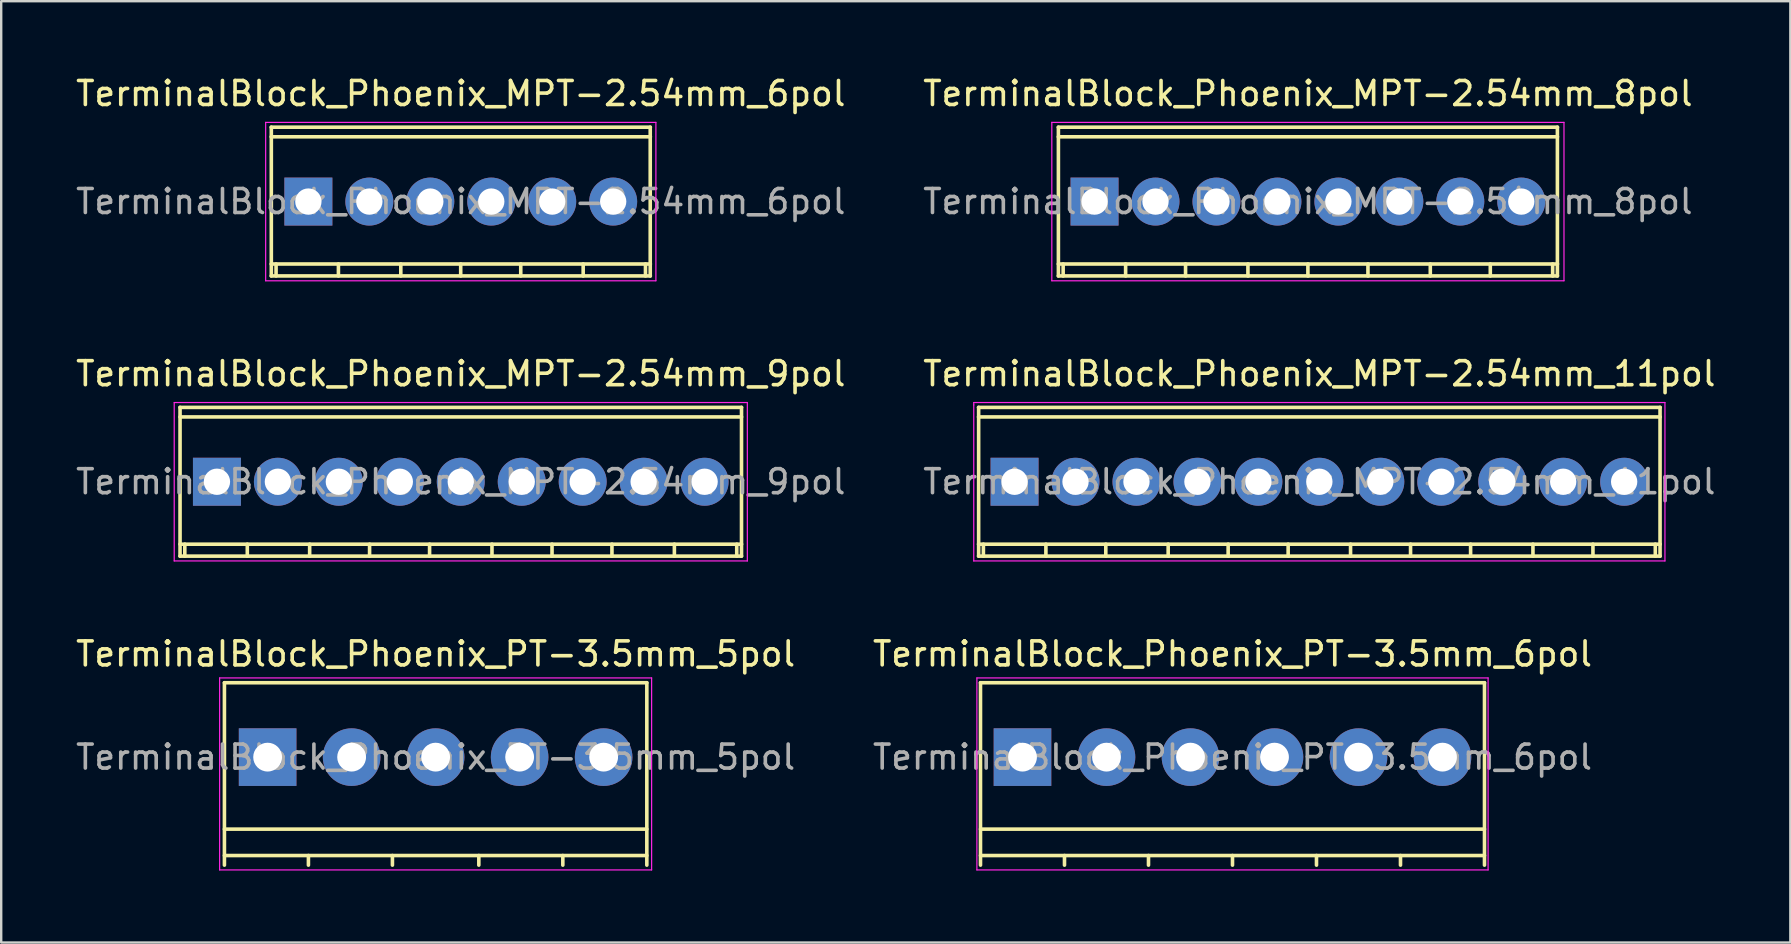
<source format=kicad_pcb>
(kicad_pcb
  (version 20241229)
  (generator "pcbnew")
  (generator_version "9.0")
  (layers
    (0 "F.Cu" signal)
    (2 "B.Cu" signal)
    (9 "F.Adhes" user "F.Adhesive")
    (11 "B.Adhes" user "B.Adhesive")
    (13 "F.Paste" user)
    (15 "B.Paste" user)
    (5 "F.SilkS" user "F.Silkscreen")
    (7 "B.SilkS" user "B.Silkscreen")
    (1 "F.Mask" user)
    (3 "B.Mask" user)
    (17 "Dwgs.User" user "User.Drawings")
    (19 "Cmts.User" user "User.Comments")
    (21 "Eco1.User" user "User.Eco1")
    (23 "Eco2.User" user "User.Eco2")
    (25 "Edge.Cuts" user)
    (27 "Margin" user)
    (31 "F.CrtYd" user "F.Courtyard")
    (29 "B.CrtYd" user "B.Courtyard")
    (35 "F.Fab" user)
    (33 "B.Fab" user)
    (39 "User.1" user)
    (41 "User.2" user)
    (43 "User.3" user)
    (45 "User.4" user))
  (footprint "TerminalBlock_Phoenix_PT-3.5mm_6pol"
    (layer "F.Cu")
    (at 39.554 28.497)
    (property "Reference" "TerminalBlock_Phoenix_PT-3.5mm_6pol" (at 8.75 -4.3 0) (layer "F.SilkS") (effects (font (size 1 1) (thickness 0.15))))
    (attr through_hole)
    (fp_line (start -1.75 -3.1) (end -1.75 4.5) (stroke (width 0.15) (type solid)) (layer "F.SilkS"))
    (fp_line (start -1.75 3) (end 19.25 3) (stroke (width 0.15) (type solid)) (layer "F.SilkS"))
    (fp_line (start -1.75 4.1) (end 19.25 4.1) (stroke (width 0.15) (type solid)) (layer "F.SilkS"))
    (fp_line (start 1.75 4.1) (end 1.75 4.5) (stroke (width 0.15) (type solid)) (layer "F.SilkS"))
    (fp_line (start 5.25 4.1) (end 5.25 4.5) (stroke (width 0.15) (type solid)) (layer "F.SilkS"))
    (fp_line (start 8.75 4.1) (end 8.75 4.5) (stroke (width 0.15) (type solid)) (layer "F.SilkS"))
    (fp_line (start 12.25 4.1) (end 12.25 4.5) (stroke (width 0.15) (type solid)) (layer "F.SilkS"))
    (fp_line (start 15.75 4.1) (end 15.75 4.5) (stroke (width 0.15) (type solid)) (layer "F.SilkS"))
    (fp_line (start 19.25 -3.1) (end -1.75 -3.1) (stroke (width 0.15) (type solid)) (layer "F.SilkS"))
    (fp_line (start 19.25 4.5) (end 19.25 -3.1) (stroke (width 0.15) (type solid)) (layer "F.SilkS"))
    (fp_line (start -1.9 -3.3) (end 19.4 -3.3) (stroke (width 0.05) (type solid)) (layer "F.CrtYd"))
    (fp_line (start -1.9 4.7) (end -1.9 -3.3) (stroke (width 0.05) (type solid)) (layer "F.CrtYd"))
    (fp_line (start 19.4 -3.3) (end 19.4 4.7) (stroke (width 0.05) (type solid)) (layer "F.CrtYd"))
    (fp_line (start 19.4 4.7) (end -1.9 4.7) (stroke (width 0.05) (type solid)) (layer "F.CrtYd"))
    (fp_text user "${REFERENCE}" (at 8.75 0 0) (layer "F.Fab") (effects (font (size 1 1) (thickness 0.15))))
    (pad "1" thru_hole rect (at 0 0) (size 2.4 2.4) (drill 1.2) (layers "*.Cu" "*.Mask"))
    (pad "2" thru_hole circle (at 3.5 0) (size 2.4 2.4) (drill 1.2) (layers "*.Cu" "*.Mask"))
    (pad "3" thru_hole circle (at 7 0) (size 2.4 2.4) (drill 1.2) (layers "*.Cu" "*.Mask"))
    (pad "4" thru_hole circle (at 10.5 0) (size 2.4 2.4) (drill 1.2) (layers "*.Cu" "*.Mask"))
    (pad "5" thru_hole circle (at 14 0) (size 2.4 2.4) (drill 1.2) (layers "*.Cu" "*.Mask"))
    (pad "6" thru_hole circle (at 17.5 0) (size 2.4 2.4) (drill 1.2) (layers "*.Cu" "*.Mask")))
  (footprint "TerminalBlock_Phoenix_PT-3.5mm_5pol"
    (layer "F.Cu")
    (at 8.101 28.497)
    (property "Reference" "TerminalBlock_Phoenix_PT-3.5mm_5pol" (at 7 -4.3 0) (layer "F.SilkS") (effects (font (size 1 1) (thickness 0.15))))
    (attr through_hole)
    (fp_line (start -1.8 -3.1) (end -1.8 4.5) (stroke (width 0.15) (type solid)) (layer "F.SilkS"))
    (fp_line (start -1.8 3) (end 15.8 3) (stroke (width 0.15) (type solid)) (layer "F.SilkS"))
    (fp_line (start -1.8 4.1) (end 15.8 4.1) (stroke (width 0.15) (type solid)) (layer "F.SilkS"))
    (fp_line (start 1.7 4.1) (end 1.7 4.5) (stroke (width 0.15) (type solid)) (layer "F.SilkS"))
    (fp_line (start 5.2 4.1) (end 5.2 4.5) (stroke (width 0.15) (type solid)) (layer "F.SilkS"))
    (fp_line (start 8.8 4.1) (end 8.8 4.5) (stroke (width 0.15) (type solid)) (layer "F.SilkS"))
    (fp_line (start 12.3 4.1) (end 12.3 4.5) (stroke (width 0.15) (type solid)) (layer "F.SilkS"))
    (fp_line (start 15.8 -3.1) (end -1.8 -3.1) (stroke (width 0.15) (type solid)) (layer "F.SilkS"))
    (fp_line (start 15.8 4.5) (end 15.8 -3.1) (stroke (width 0.15) (type solid)) (layer "F.SilkS"))
    (fp_line (start -2 -3.3) (end 16 -3.3) (stroke (width 0.05) (type solid)) (layer "F.CrtYd"))
    (fp_line (start -2 4.7) (end -2 -3.3) (stroke (width 0.05) (type solid)) (layer "F.CrtYd"))
    (fp_line (start 16 -3.3) (end 16 4.7) (stroke (width 0.05) (type solid)) (layer "F.CrtYd"))
    (fp_line (start 16 4.7) (end -2 4.7) (stroke (width 0.05) (type solid)) (layer "F.CrtYd"))
    (fp_text user "${REFERENCE}" (at 7 0 0) (layer "F.Fab") (effects (font (size 1 1) (thickness 0.15))))
    (pad "1" thru_hole rect (at 0 0) (size 2.4 2.4) (drill 1.2) (layers "*.Cu" "*.Mask"))
    (pad "2" thru_hole circle (at 3.5 0) (size 2.4 2.4) (drill 1.2) (layers "*.Cu" "*.Mask"))
    (pad "3" thru_hole circle (at 7 0) (size 2.4 2.4) (drill 1.2) (layers "*.Cu" "*.Mask"))
    (pad "4" thru_hole circle (at 10.5 0) (size 2.4 2.4) (drill 1.2) (layers "*.Cu" "*.Mask"))
    (pad "5" thru_hole circle (at 14 0) (size 2.4 2.4) (drill 1.2) (layers "*.Cu" "*.Mask")))
  (footprint "TerminalBlock_Phoenix_MPT-2.54mm_8pol"
    (layer "F.Cu")
    (at 42.556 5.349)
    (property "Reference" "TerminalBlock_Phoenix_MPT-2.54mm_8pol" (at 8.89 -4.501 0) (layer "F.SilkS") (effects (font (size 1 1) (thickness 0.15))))
    (attr through_hole)
    (fp_line (start -1.509 -2.7) (end 19.289 -2.7) (stroke (width 0.15) (type solid)) (layer "F.SilkS"))
    (fp_line (start -1.509 2.601) (end 19.289 2.601) (stroke (width 0.15) (type solid)) (layer "F.SilkS"))
    (fp_line (start -1.506 -3.099) (end -1.506 3.099) (stroke (width 0.15) (type solid)) (layer "F.SilkS"))
    (fp_line (start -1.308 3.099) (end -1.308 2.601) (stroke (width 0.15) (type solid)) (layer "F.SilkS"))
    (fp_line (start 1.295 3.099) (end 1.295 2.601) (stroke (width 0.15) (type solid)) (layer "F.SilkS"))
    (fp_line (start 3.792 2.601) (end 3.792 3.099) (stroke (width 0.15) (type solid)) (layer "F.SilkS"))
    (fp_line (start 6.391 2.601) (end 6.391 3.099) (stroke (width 0.15) (type solid)) (layer "F.SilkS"))
    (fp_line (start 8.89 2.601) (end 8.89 3.099) (stroke (width 0.15) (type solid)) (layer "F.SilkS"))
    (fp_line (start 11.392 2.601) (end 11.392 3.099) (stroke (width 0.15) (type solid)) (layer "F.SilkS"))
    (fp_line (start 13.99 2.601) (end 13.99 3.099) (stroke (width 0.15) (type solid)) (layer "F.SilkS"))
    (fp_line (start 16.49 2.601) (end 16.49 3.099) (stroke (width 0.15) (type solid)) (layer "F.SilkS"))
    (fp_line (start 19.088 2.601) (end 19.088 3.099) (stroke (width 0.15) (type solid)) (layer "F.SilkS"))
    (fp_line (start 19.286 3.099) (end 19.286 -3.099) (stroke (width 0.15) (type solid)) (layer "F.SilkS"))
    (fp_line (start 19.289 -3.099) (end -1.509 -3.099) (stroke (width 0.15) (type solid)) (layer "F.SilkS"))
    (fp_line (start 19.289 3.099) (end -1.509 3.099) (stroke (width 0.15) (type solid)) (layer "F.SilkS"))
    (fp_line (start -1.78 -3.3) (end 19.56 -3.3) (stroke (width 0.05) (type solid)) (layer "F.CrtYd"))
    (fp_line (start -1.78 3.3) (end -1.78 -3.3) (stroke (width 0.05) (type solid)) (layer "F.CrtYd"))
    (fp_line (start 19.56 -3.3) (end 19.56 3.3) (stroke (width 0.05) (type solid)) (layer "F.CrtYd"))
    (fp_line (start 19.56 3.3) (end -1.78 3.3) (stroke (width 0.05) (type solid)) (layer "F.CrtYd"))
    (fp_text user "${REFERENCE}" (at 8.89 0 0) (layer "F.Fab") (effects (font (size 1 1) (thickness 0.15))))
    (pad "1" thru_hole rect (at 0 0 180) (size 1.999 1.999) (drill 1.097) (layers "*.Cu" "*.Mask"))
    (pad "2" thru_hole oval (at 2.54 0 180) (size 1.999 1.999) (drill 1.097) (layers "*.Cu" "*.Mask"))
    (pad "3" thru_hole oval (at 5.08 0 180) (size 1.999 1.999) (drill 1.097) (layers "*.Cu" "*.Mask"))
    (pad "4" thru_hole oval (at 7.62 0 180) (size 1.999 1.999) (drill 1.097) (layers "*.Cu" "*.Mask"))
    (pad "5" thru_hole oval (at 10.16 0 180) (size 1.999 1.999) (drill 1.097) (layers "*.Cu" "*.Mask"))
    (pad "6" thru_hole oval (at 12.7 0 180) (size 1.999 1.999) (drill 1.097) (layers "*.Cu" "*.Mask"))
    (pad "7" thru_hole oval (at 15.24 0 180) (size 1.999 1.999) (drill 1.097) (layers "*.Cu" "*.Mask"))
    (pad "8" thru_hole oval (at 17.78 0 180) (size 1.999 1.999) (drill 1.097) (layers "*.Cu" "*.Mask")))
  (footprint "TerminalBlock_Phoenix_MPT-2.54mm_11pol"
    (layer "F.Cu")
    (at 39.223 17.023)
    (property "Reference" "TerminalBlock_Phoenix_MPT-2.54mm_11pol" (at 12.7 -4.501 0) (layer "F.SilkS") (effects (font (size 1 1) (thickness 0.15))))
    (attr through_hole)
    (fp_line (start -1.501 -3.099) (end 26.901 -3.099) (stroke (width 0.15) (type solid)) (layer "F.SilkS"))
    (fp_line (start -1.501 3.099) (end 26.901 3.099) (stroke (width 0.15) (type solid)) (layer "F.SilkS"))
    (fp_line (start -1.496 -3.099) (end -1.496 3.099) (stroke (width 0.15) (type solid)) (layer "F.SilkS"))
    (fp_line (start -1.298 3.099) (end -1.298 2.601) (stroke (width 0.15) (type solid)) (layer "F.SilkS"))
    (fp_line (start 1.306 3.099) (end 1.306 2.601) (stroke (width 0.15) (type solid)) (layer "F.SilkS"))
    (fp_line (start 3.802 2.601) (end 3.802 3.099) (stroke (width 0.15) (type solid)) (layer "F.SilkS"))
    (fp_line (start 6.401 2.601) (end 6.401 3.099) (stroke (width 0.15) (type solid)) (layer "F.SilkS"))
    (fp_line (start 8.9 2.601) (end 8.9 3.099) (stroke (width 0.15) (type solid)) (layer "F.SilkS"))
    (fp_line (start 11.4 2.601) (end 11.4 3.099) (stroke (width 0.15) (type solid)) (layer "F.SilkS"))
    (fp_line (start 14 2.601) (end 14 3.099) (stroke (width 0.15) (type solid)) (layer "F.SilkS"))
    (fp_line (start 16.5 2.601) (end 16.5 3.099) (stroke (width 0.15) (type solid)) (layer "F.SilkS"))
    (fp_line (start 19.002 2.601) (end 19.002 3.099) (stroke (width 0.15) (type solid)) (layer "F.SilkS"))
    (fp_line (start 21.6 2.601) (end 21.6 3.099) (stroke (width 0.15) (type solid)) (layer "F.SilkS"))
    (fp_line (start 24.1 2.601) (end 24.1 3.099) (stroke (width 0.15) (type solid)) (layer "F.SilkS"))
    (fp_line (start 26.698 2.601) (end 26.698 3.099) (stroke (width 0.15) (type solid)) (layer "F.SilkS"))
    (fp_line (start 26.896 3.099) (end 26.896 -3.099) (stroke (width 0.15) (type solid)) (layer "F.SilkS"))
    (fp_line (start 26.901 -2.7) (end -1.501 -2.7) (stroke (width 0.15) (type solid)) (layer "F.SilkS"))
    (fp_line (start 26.901 2.601) (end -1.501 2.601) (stroke (width 0.15) (type solid)) (layer "F.SilkS"))
    (fp_line (start -1.7 -3.3) (end 27.1 -3.3) (stroke (width 0.05) (type solid)) (layer "F.CrtYd"))
    (fp_line (start -1.7 -3.2) (end -1.7 -3.3) (stroke (width 0.05) (type solid)) (layer "F.CrtYd"))
    (fp_line (start -1.7 3.3) (end -1.7 -3.2) (stroke (width 0.05) (type solid)) (layer "F.CrtYd"))
    (fp_line (start 27.1 -3.3) (end 27.1 3.3) (stroke (width 0.05) (type solid)) (layer "F.CrtYd"))
    (fp_line (start 27.1 3.3) (end -1.7 3.3) (stroke (width 0.05) (type solid)) (layer "F.CrtYd"))
    (fp_text user "${REFERENCE}" (at 12.7 0 0) (layer "F.Fab") (effects (font (size 1 1) (thickness 0.15))))
    (pad "1" thru_hole rect (at 0 0 180) (size 1.999 1.999) (drill 1.097) (layers "*.Cu" "*.Mask"))
    (pad "2" thru_hole oval (at 2.54 0 180) (size 1.999 1.999) (drill 1.097) (layers "*.Cu" "*.Mask"))
    (pad "3" thru_hole oval (at 5.08 0 180) (size 1.999 1.999) (drill 1.097) (layers "*.Cu" "*.Mask"))
    (pad "4" thru_hole oval (at 7.62 0 180) (size 1.999 1.999) (drill 1.097) (layers "*.Cu" "*.Mask"))
    (pad "5" thru_hole oval (at 10.16 0 180) (size 1.999 1.999) (drill 1.097) (layers "*.Cu" "*.Mask"))
    (pad "6" thru_hole oval (at 12.7 0 180) (size 1.999 1.999) (drill 1.097) (layers "*.Cu" "*.Mask"))
    (pad "7" thru_hole oval (at 15.24 0 180) (size 1.999 1.999) (drill 1.097) (layers "*.Cu" "*.Mask"))
    (pad "8" thru_hole oval (at 17.78 0 180) (size 1.999 1.999) (drill 1.097) (layers "*.Cu" "*.Mask"))
    (pad "9" thru_hole oval (at 20.32 0 180) (size 1.999 1.999) (drill 1.097) (layers "*.Cu" "*.Mask"))
    (pad "10" thru_hole oval (at 22.86 0 180) (size 1.999 1.999) (drill 1.097) (layers "*.Cu" "*.Mask"))
    (pad "11" thru_hole oval (at 25.4 0 180) (size 1.999 1.999) (drill 1.097) (layers "*.Cu" "*.Mask")))
  (footprint "TerminalBlock_Phoenix_MPT-2.54mm_6pol"
    (layer "F.Cu")
    (at 9.799 5.349)
    (property "Reference" "TerminalBlock_Phoenix_MPT-2.54mm_6pol" (at 6.35 -4.501 0) (layer "F.SilkS") (effects (font (size 1 1) (thickness 0.15))))
    (attr through_hole)
    (fp_line (start -1.549 3.099) (end 14.249 3.099) (stroke (width 0.15) (type solid)) (layer "F.SilkS"))
    (fp_line (start -1.544 -3.099) (end -1.544 3.099) (stroke (width 0.15) (type solid)) (layer "F.SilkS"))
    (fp_line (start -1.346 3.099) (end -1.346 2.601) (stroke (width 0.15) (type solid)) (layer "F.SilkS"))
    (fp_line (start 1.252 3.099) (end 1.252 2.601) (stroke (width 0.15) (type solid)) (layer "F.SilkS"))
    (fp_line (start 3.851 2.601) (end 3.851 3.099) (stroke (width 0.15) (type solid)) (layer "F.SilkS"))
    (fp_line (start 6.347 2.601) (end 6.347 3.099) (stroke (width 0.15) (type solid)) (layer "F.SilkS"))
    (fp_line (start 8.849 2.601) (end 8.849 3.099) (stroke (width 0.15) (type solid)) (layer "F.SilkS"))
    (fp_line (start 11.45 2.601) (end 11.45 3.099) (stroke (width 0.15) (type solid)) (layer "F.SilkS"))
    (fp_line (start 14.046 2.601) (end 14.046 3.099) (stroke (width 0.15) (type solid)) (layer "F.SilkS"))
    (fp_line (start 14.244 3.099) (end 14.244 -3.099) (stroke (width 0.15) (type solid)) (layer "F.SilkS"))
    (fp_line (start 14.249 -3.099) (end -1.549 -3.099) (stroke (width 0.15) (type solid)) (layer "F.SilkS"))
    (fp_line (start 14.249 -2.7) (end -1.549 -2.7) (stroke (width 0.15) (type solid)) (layer "F.SilkS"))
    (fp_line (start 14.249 2.601) (end -1.549 2.601) (stroke (width 0.15) (type solid)) (layer "F.SilkS"))
    (fp_line (start -1.78 -3.3) (end 14.48 -3.3) (stroke (width 0.05) (type solid)) (layer "F.CrtYd"))
    (fp_line (start -1.78 3.3) (end -1.78 -3.3) (stroke (width 0.05) (type solid)) (layer "F.CrtYd"))
    (fp_line (start 14.48 -3.3) (end 14.48 3.3) (stroke (width 0.05) (type solid)) (layer "F.CrtYd"))
    (fp_line (start 14.48 3.3) (end -1.78 3.3) (stroke (width 0.05) (type solid)) (layer "F.CrtYd"))
    (fp_text user "${REFERENCE}" (at 6.35 0 0) (layer "F.Fab") (effects (font (size 1 1) (thickness 0.15))))
    (pad "1" thru_hole rect (at 0 0 180) (size 1.999 1.999) (drill 1.097) (layers "*.Cu" "*.Mask"))
    (pad "2" thru_hole oval (at 2.54 0 180) (size 1.999 1.999) (drill 1.097) (layers "*.Cu" "*.Mask"))
    (pad "3" thru_hole oval (at 5.08 0 180) (size 1.999 1.999) (drill 1.097) (layers "*.Cu" "*.Mask"))
    (pad "4" thru_hole oval (at 7.62 0 180) (size 1.999 1.999) (drill 1.097) (layers "*.Cu" "*.Mask"))
    (pad "5" thru_hole oval (at 10.16 0 180) (size 1.999 1.999) (drill 1.097) (layers "*.Cu" "*.Mask"))
    (pad "6" thru_hole oval (at 12.7 0 180) (size 1.999 1.999) (drill 1.097) (layers "*.Cu" "*.Mask")))
  (footprint "TerminalBlock_Phoenix_MPT-2.54mm_9pol"
    (layer "F.Cu")
    (at 5.989 17.023)
    (property "Reference" "TerminalBlock_Phoenix_MPT-2.54mm_9pol" (at 10.16 -4.501 0) (layer "F.SilkS") (effects (font (size 1 1) (thickness 0.15))))
    (attr through_hole)
    (fp_line (start -1.539 -2.7) (end 21.859 -2.7) (stroke (width 0.15) (type solid)) (layer "F.SilkS"))
    (fp_line (start -1.539 3.099) (end 21.859 3.099) (stroke (width 0.15) (type solid)) (layer "F.SilkS"))
    (fp_line (start -1.537 -3.099) (end -1.537 3.099) (stroke (width 0.15) (type solid)) (layer "F.SilkS"))
    (fp_line (start -1.339 3.099) (end -1.339 2.601) (stroke (width 0.15) (type solid)) (layer "F.SilkS"))
    (fp_line (start 1.265 3.099) (end 1.265 2.601) (stroke (width 0.15) (type solid)) (layer "F.SilkS"))
    (fp_line (start 3.863 2.601) (end 3.863 3.099) (stroke (width 0.15) (type solid)) (layer "F.SilkS"))
    (fp_line (start 6.36 2.601) (end 6.36 3.099) (stroke (width 0.15) (type solid)) (layer "F.SilkS"))
    (fp_line (start 8.86 2.601) (end 8.86 3.099) (stroke (width 0.15) (type solid)) (layer "F.SilkS"))
    (fp_line (start 11.46 2.601) (end 11.46 3.099) (stroke (width 0.15) (type solid)) (layer "F.SilkS"))
    (fp_line (start 13.962 2.601) (end 13.962 3.099) (stroke (width 0.15) (type solid)) (layer "F.SilkS"))
    (fp_line (start 16.459 2.601) (end 16.459 3.099) (stroke (width 0.15) (type solid)) (layer "F.SilkS"))
    (fp_line (start 19.06 2.601) (end 19.06 3.099) (stroke (width 0.15) (type solid)) (layer "F.SilkS"))
    (fp_line (start 21.659 2.601) (end 21.659 3.099) (stroke (width 0.15) (type solid)) (layer "F.SilkS"))
    (fp_line (start 21.857 3.099) (end 21.857 -3.099) (stroke (width 0.15) (type solid)) (layer "F.SilkS"))
    (fp_line (start 21.859 -3.099) (end -1.539 -3.099) (stroke (width 0.15) (type solid)) (layer "F.SilkS"))
    (fp_line (start 21.859 2.601) (end -1.539 2.601) (stroke (width 0.15) (type solid)) (layer "F.SilkS"))
    (fp_line (start -1.78 -3.3) (end 22.1 -3.3) (stroke (width 0.05) (type solid)) (layer "F.CrtYd"))
    (fp_line (start -1.78 3.3) (end -1.78 -3.3) (stroke (width 0.05) (type solid)) (layer "F.CrtYd"))
    (fp_line (start 22.1 -3.3) (end 22.1 3.3) (stroke (width 0.05) (type solid)) (layer "F.CrtYd"))
    (fp_line (start 22.1 3.3) (end -1.78 3.3) (stroke (width 0.05) (type solid)) (layer "F.CrtYd"))
    (fp_text user "${REFERENCE}" (at 10.16 0 0) (layer "F.Fab") (effects (font (size 1 1) (thickness 0.15))))
    (pad "1" thru_hole rect (at 0 0 180) (size 1.999 1.999) (drill 1.097) (layers "*.Cu" "*.Mask"))
    (pad "2" thru_hole oval (at 2.54 0 180) (size 1.999 1.999) (drill 1.097) (layers "*.Cu" "*.Mask"))
    (pad "3" thru_hole oval (at 5.08 0 180) (size 1.999 1.999) (drill 1.097) (layers "*.Cu" "*.Mask"))
    (pad "4" thru_hole oval (at 7.62 0 180) (size 1.999 1.999) (drill 1.097) (layers "*.Cu" "*.Mask"))
    (pad "5" thru_hole oval (at 10.16 0 180) (size 1.999 1.999) (drill 1.097) (layers "*.Cu" "*.Mask"))
    (pad "6" thru_hole oval (at 12.7 0 180) (size 1.999 1.999) (drill 1.097) (layers "*.Cu" "*.Mask"))
    (pad "7" thru_hole oval (at 15.24 0 180) (size 1.999 1.999) (drill 1.097) (layers "*.Cu" "*.Mask"))
    (pad "8" thru_hole oval (at 17.78 0 180) (size 1.999 1.999) (drill 1.097) (layers "*.Cu" "*.Mask"))
    (pad "9" thru_hole oval (at 20.32 0 180) (size 1.999 1.999) (drill 1.097) (layers "*.Cu" "*.Mask")))
  (gr_rect
    (start -3 -3)
    (end 71.548 36.222)
    (stroke (width 0.1) (type default))
    (fill no)
    (layer "Edge.Cuts")))
</source>
